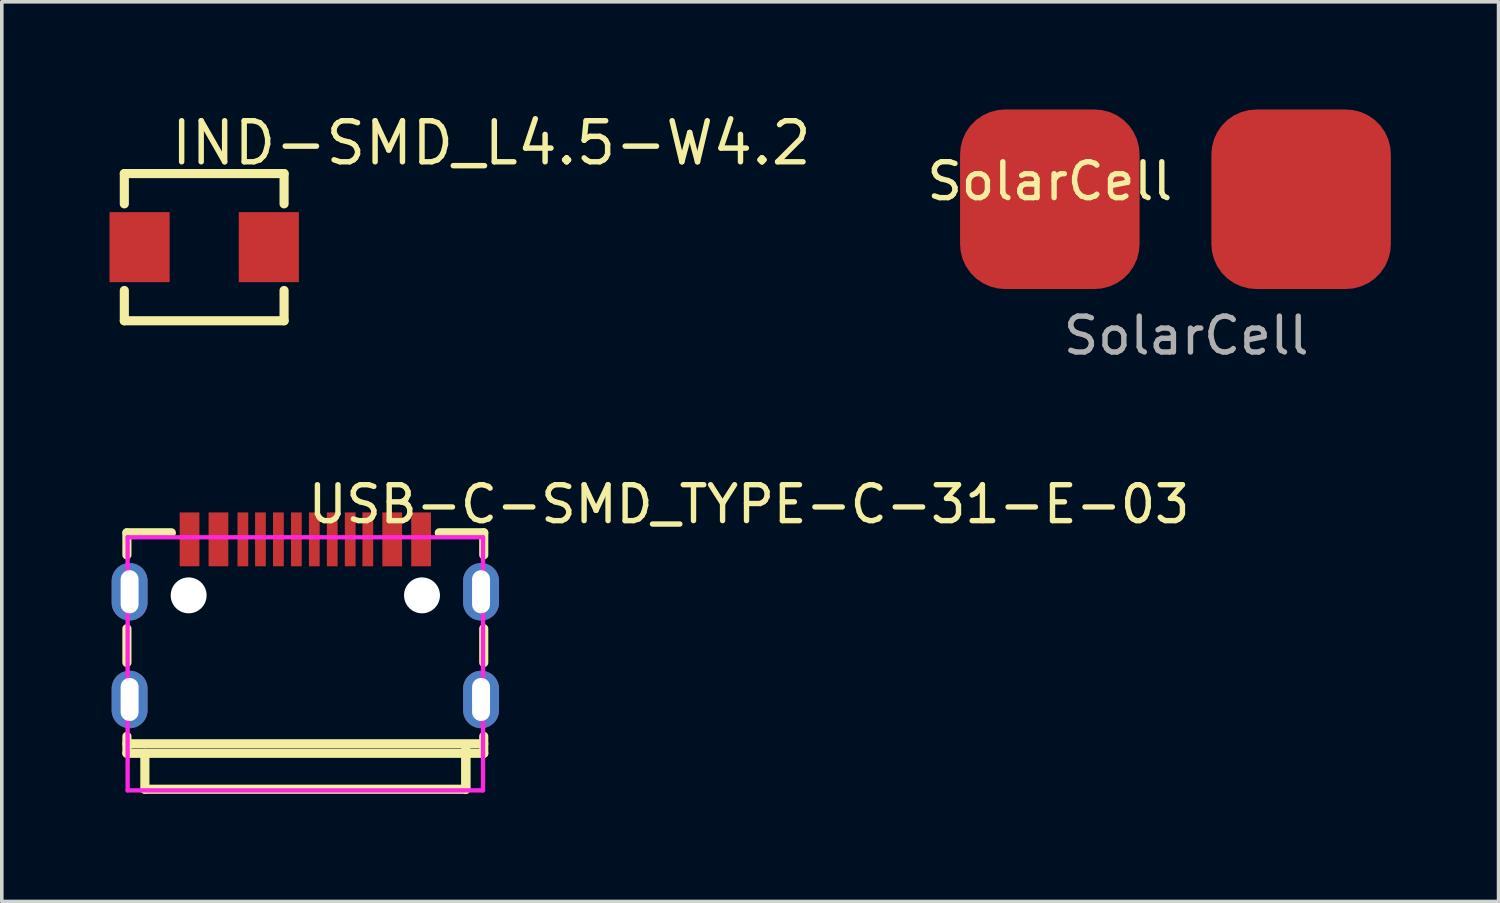
<source format=kicad_pcb>
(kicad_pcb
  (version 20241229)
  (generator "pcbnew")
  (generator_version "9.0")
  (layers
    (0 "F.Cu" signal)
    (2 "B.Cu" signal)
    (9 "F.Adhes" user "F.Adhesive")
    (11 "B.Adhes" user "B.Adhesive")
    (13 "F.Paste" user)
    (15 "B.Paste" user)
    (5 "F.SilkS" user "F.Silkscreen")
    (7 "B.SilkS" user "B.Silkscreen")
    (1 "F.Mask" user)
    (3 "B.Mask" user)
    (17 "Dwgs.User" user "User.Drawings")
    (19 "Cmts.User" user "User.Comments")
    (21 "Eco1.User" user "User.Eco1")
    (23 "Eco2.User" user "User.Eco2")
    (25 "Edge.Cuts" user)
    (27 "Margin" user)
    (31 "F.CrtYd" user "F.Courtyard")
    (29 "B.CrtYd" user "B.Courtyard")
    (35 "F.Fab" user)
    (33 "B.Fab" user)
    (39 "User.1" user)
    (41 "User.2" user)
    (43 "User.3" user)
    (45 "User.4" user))
  (footprint "USB-C-SMD_TYPE-C-31-E-03"
    (layer "F.Cu")
    (at 5.455 14.204)
    (property "Reference" "USB-C-SMD_TYPE-C-31-E-03" (at 0 -3.207 0) (layer "F.SilkS") (effects (font (size 1 1) (thickness 0.15)) (justify left)))
    (attr through_hole)
    (fp_line (start -4.97 -1.797) (end -4.97 -2.413) (stroke (width 0.254) (type solid)) (layer "F.SilkS"))
    (fp_line (start -4.97 1.203) (end -4.97 0.257) (stroke (width 0.254) (type solid)) (layer "F.SilkS"))
    (fp_line (start -4.97 3.73) (end -4.97 3.257) (stroke (width 0.254) (type solid)) (layer "F.SilkS"))
    (fp_line (start -4.97 3.73) (end 4.97 3.73) (stroke (width 0.254) (type solid)) (layer "F.SilkS"))
    (fp_line (start -4.47 4.73) (end -4.47 3.73) (stroke (width 0.254) (type solid)) (layer "F.SilkS"))
    (fp_line (start -3.731 -2.413) (end -4.97 -2.413) (stroke (width 0.254) (type solid)) (layer "F.SilkS"))
    (fp_line (start 4.47 4.73) (end -4.47 4.73) (stroke (width 0.254) (type solid)) (layer "F.SilkS"))
    (fp_line (start 4.47 4.73) (end 4.47 3.53) (stroke (width 0.254) (type solid)) (layer "F.SilkS"))
    (fp_line (start 4.47 4.73) (end 4.47 3.744) (stroke (width 0.254) (type solid)) (layer "F.SilkS"))
    (fp_line (start 4.97 -2.413) (end 3.731 -2.413) (stroke (width 0.254) (type solid)) (layer "F.SilkS"))
    (fp_line (start 4.97 -1.797) (end 4.97 -2.413) (stroke (width 0.254) (type solid)) (layer "F.SilkS"))
    (fp_line (start 4.97 1.203) (end 4.97 0.257) (stroke (width 0.254) (type solid)) (layer "F.SilkS"))
    (fp_line (start 4.97 3.464) (end -4.97 3.464) (stroke (width 0.254) (type solid)) (layer "F.SilkS"))
    (fp_line (start 4.97 3.73) (end 4.97 3.257) (stroke (width 0.254) (type solid)) (layer "F.SilkS"))
    (fp_poly (pts (xy -3.5 -2.98) (xy -2.95 -2.98) (xy -2.95 -1.48) (xy -3.5 -1.48)) (stroke (width 0.12) (type solid)) (fill yes) (layer "F.Paste"))
    (fp_poly (pts (xy -2.695 -2.98) (xy -2.145 -2.98) (xy -2.145 -1.48) (xy -2.695 -1.48)) (stroke (width 0.12) (type solid)) (fill yes) (layer "F.Paste"))
    (fp_poly (pts (xy -1.89 -2.98) (xy -1.59 -2.98) (xy -1.59 -1.48) (xy -1.89 -1.48)) (stroke (width 0.12) (type solid)) (fill yes) (layer "F.Paste"))
    (fp_poly (pts (xy -1.4 -2.98) (xy -1.1 -2.98) (xy -1.1 -1.48) (xy -1.4 -1.48)) (stroke (width 0.12) (type solid)) (fill yes) (layer "F.Paste"))
    (fp_poly (pts (xy -0.9 -2.98) (xy -0.6 -2.98) (xy -0.6 -1.48) (xy -0.9 -1.48)) (stroke (width 0.12) (type solid)) (fill yes) (layer "F.Paste"))
    (fp_poly (pts (xy -0.4 -2.98) (xy -0.1 -2.98) (xy -0.1 -1.48) (xy -0.4 -1.48)) (stroke (width 0.12) (type solid)) (fill yes) (layer "F.Paste"))
    (fp_poly (pts (xy 0.1 -2.98) (xy 0.4 -2.98) (xy 0.4 -1.48) (xy 0.1 -1.48)) (stroke (width 0.12) (type solid)) (fill yes) (layer "F.Paste"))
    (fp_poly (pts (xy 0.6 -2.98) (xy 0.9 -2.98) (xy 0.9 -1.48) (xy 0.6 -1.48)) (stroke (width 0.12) (type solid)) (fill yes) (layer "F.Paste"))
    (fp_poly (pts (xy 1.1 -2.98) (xy 1.4 -2.98) (xy 1.4 -1.48) (xy 1.1 -1.48)) (stroke (width 0.12) (type solid)) (fill yes) (layer "F.Paste"))
    (fp_poly (pts (xy 1.59 -2.98) (xy 1.89 -2.98) (xy 1.89 -1.48) (xy 1.59 -1.48)) (stroke (width 0.12) (type solid)) (fill yes) (layer "F.Paste"))
    (fp_poly (pts (xy 2.145 -2.98) (xy 2.695 -2.98) (xy 2.695 -1.48) (xy 2.145 -1.48)) (stroke (width 0.12) (type solid)) (fill yes) (layer "F.Paste"))
    (fp_poly (pts (xy 2.95 -2.98) (xy 3.5 -2.98) (xy 3.5 -1.48) (xy 2.95 -1.48)) (stroke (width 0.12) (type solid)) (fill yes) (layer "F.Paste"))
    (fp_poly (pts (xy -5.395 -1.07) (xy -5.385 -1.168) (xy -5.357 -1.261) (xy -5.311 -1.348) (xy -5.249 -1.424) (xy -5.173 -1.486) (xy -5.086 -1.532) (xy -4.993 -1.56) (xy -4.895 -1.57) (xy -4.797 -1.56) (xy -4.704 -1.532) (xy -4.617 -1.486) (xy -4.541 -1.424) (xy -4.479 -1.348) (xy -4.433 -1.261) (xy -4.405 -1.168) (xy -4.395 -1.07) (xy -4.395 -0.47) (xy -4.405 -0.372) (xy -4.433 -0.279) (xy -4.479 -0.192) (xy -4.541 -0.116) (xy -4.617 -0.054) (xy -4.704 -0.008) (xy -4.797 0.02) (xy -4.895 0.03) (xy -4.993 0.02) (xy -5.086 -0.008) (xy -5.173 -0.054) (xy -5.249 -0.116) (xy -5.311 -0.192) (xy -5.357 -0.279) (xy -5.385 -0.372) (xy -5.395 -0.47)) (stroke (width 0.12) (type solid)) (fill yes) (layer "F.Paste"))
    (fp_poly (pts (xy -5.395 1.93) (xy -5.385 1.832) (xy -5.357 1.739) (xy -5.311 1.652) (xy -5.249 1.576) (xy -5.173 1.514) (xy -5.086 1.468) (xy -4.993 1.44) (xy -4.895 1.43) (xy -4.797 1.44) (xy -4.704 1.468) (xy -4.617 1.514) (xy -4.541 1.576) (xy -4.479 1.652) (xy -4.433 1.739) (xy -4.405 1.832) (xy -4.395 1.93) (xy -4.395 2.53) (xy -4.405 2.628) (xy -4.433 2.721) (xy -4.479 2.808) (xy -4.541 2.884) (xy -4.617 2.946) (xy -4.704 2.992) (xy -4.797 3.02) (xy -4.895 3.03) (xy -4.993 3.02) (xy -5.086 2.992) (xy -5.173 2.946) (xy -5.249 2.884) (xy -5.311 2.808) (xy -5.357 2.721) (xy -5.385 2.628) (xy -5.395 2.53)) (stroke (width 0.12) (type solid)) (fill yes) (layer "F.Paste"))
    (fp_poly (pts (xy 4.395 -1.07) (xy 4.405 -1.168) (xy 4.433 -1.261) (xy 4.479 -1.348) (xy 4.541 -1.424) (xy 4.617 -1.486) (xy 4.704 -1.532) (xy 4.797 -1.56) (xy 4.895 -1.57) (xy 4.993 -1.56) (xy 5.086 -1.532) (xy 5.173 -1.486) (xy 5.249 -1.424) (xy 5.311 -1.348) (xy 5.357 -1.261) (xy 5.385 -1.168) (xy 5.395 -1.07) (xy 5.395 -0.47) (xy 5.385 -0.372) (xy 5.357 -0.279) (xy 5.311 -0.192) (xy 5.249 -0.116) (xy 5.173 -0.054) (xy 5.086 -0.008) (xy 4.993 0.02) (xy 4.895 0.03) (xy 4.797 0.02) (xy 4.704 -0.008) (xy 4.617 -0.054) (xy 4.541 -0.116) (xy 4.479 -0.192) (xy 4.433 -0.279) (xy 4.405 -0.372) (xy 4.395 -0.47)) (stroke (width 0.12) (type solid)) (fill yes) (layer "F.Paste"))
    (fp_poly (pts (xy 4.395 1.93) (xy 4.405 1.832) (xy 4.433 1.739) (xy 4.479 1.652) (xy 4.541 1.576) (xy 4.617 1.514) (xy 4.704 1.468) (xy 4.797 1.44) (xy 4.895 1.43) (xy 4.993 1.44) (xy 5.086 1.468) (xy 5.173 1.514) (xy 5.249 1.576) (xy 5.311 1.652) (xy 5.357 1.739) (xy 5.385 1.832) (xy 5.395 1.93) (xy 5.395 2.53) (xy 5.385 2.628) (xy 5.357 2.721) (xy 5.311 2.808) (xy 5.249 2.884) (xy 5.173 2.946) (xy 5.086 2.992) (xy 4.993 3.02) (xy 4.895 3.03) (xy 4.797 3.02) (xy 4.704 2.992) (xy 4.617 2.946) (xy 4.541 2.884) (xy 4.479 2.808) (xy 4.433 2.721) (xy 4.405 2.628) (xy 4.395 2.53)) (stroke (width 0.12) (type solid)) (fill yes) (layer "F.Paste"))
    (fp_circle (center -5.095 -2.651) (end -5.065 -2.651) (stroke (width 0.06) (type solid)) (fill no) (layer "Eco2.User"))
    (fp_circle (center -3.25 -0.67) (end -3.05 -0.67) (stroke (width 0.4) (type solid)) (fill no) (layer "Eco2.User"))
    (fp_circle (center 3.25 -0.67) (end 3.45 -0.67) (stroke (width 0.4) (type solid)) (fill no) (layer "Eco2.User"))
    (fp_poly (pts (xy -5.095 -0.42) (xy -5.095 -1.12) (xy -4.695 -1.12) (xy -4.695 -0.42)) (stroke (width 0.12) (type solid)) (fill no) (layer "Eco2.User"))
    (fp_poly (pts (xy -5.095 2.58) (xy -5.095 1.88) (xy -4.695 1.88) (xy -4.695 2.58)) (stroke (width 0.12) (type solid)) (fill no) (layer "Eco2.User"))
    (fp_poly (pts (xy -3.425 -2.651) (xy -3.025 -2.651) (xy -3.025 -1.651) (xy -3.425 -1.651)) (stroke (width 0.12) (type solid)) (fill no) (layer "Eco2.User"))
    (fp_poly (pts (xy -2.62 -2.651) (xy -2.22 -2.651) (xy -2.22 -1.651) (xy -2.62 -1.651)) (stroke (width 0.12) (type solid)) (fill no) (layer "Eco2.User"))
    (fp_poly (pts (xy -1.84 -2.651) (xy -1.64 -2.651) (xy -1.64 -1.651) (xy -1.84 -1.651)) (stroke (width 0.12) (type solid)) (fill no) (layer "Eco2.User"))
    (fp_poly (pts (xy -1.35 -2.651) (xy -1.15 -2.651) (xy -1.15 -1.651) (xy -1.35 -1.651)) (stroke (width 0.12) (type solid)) (fill no) (layer "Eco2.User"))
    (fp_poly (pts (xy -0.85 -2.651) (xy -0.65 -2.651) (xy -0.65 -1.651) (xy -0.85 -1.651)) (stroke (width 0.12) (type solid)) (fill no) (layer "Eco2.User"))
    (fp_poly (pts (xy -0.35 -2.651) (xy -0.15 -2.651) (xy -0.15 -1.651) (xy -0.35 -1.651)) (stroke (width 0.12) (type solid)) (fill no) (layer "Eco2.User"))
    (fp_poly (pts (xy 0.15 -2.651) (xy 0.35 -2.651) (xy 0.35 -1.651) (xy 0.15 -1.651)) (stroke (width 0.12) (type solid)) (fill no) (layer "Eco2.User"))
    (fp_poly (pts (xy 0.65 -2.651) (xy 0.85 -2.651) (xy 0.85 -1.651) (xy 0.65 -1.651)) (stroke (width 0.12) (type solid)) (fill no) (layer "Eco2.User"))
    (fp_poly (pts (xy 1.15 -2.651) (xy 1.35 -2.651) (xy 1.35 -1.651) (xy 1.15 -1.651)) (stroke (width 0.12) (type solid)) (fill no) (layer "Eco2.User"))
    (fp_poly (pts (xy 1.64 -2.651) (xy 1.84 -2.651) (xy 1.84 -1.651) (xy 1.64 -1.651)) (stroke (width 0.12) (type solid)) (fill no) (layer "Eco2.User"))
    (fp_poly (pts (xy 2.22 -2.651) (xy 2.62 -2.651) (xy 2.62 -1.651) (xy 2.22 -1.651)) (stroke (width 0.12) (type solid)) (fill no) (layer "Eco2.User"))
    (fp_poly (pts (xy 3.025 -2.651) (xy 3.425 -2.651) (xy 3.425 -1.651) (xy 3.025 -1.651)) (stroke (width 0.12) (type solid)) (fill no) (layer "Eco2.User"))
    (fp_poly (pts (xy 4.695 -0.42) (xy 4.695 -1.12) (xy 5.095 -1.12) (xy 5.095 -0.42)) (stroke (width 0.12) (type solid)) (fill no) (layer "Eco2.User"))
    (fp_poly (pts (xy 4.695 2.58) (xy 4.695 1.88) (xy 5.095 1.88) (xy 5.095 2.58)) (stroke (width 0.12) (type solid)) (fill no) (layer "Eco2.User"))
    (fp_line (start -4.95 -2.288) (end 4.95 -2.288) (stroke (width 0.12) (type solid)) (layer "F.CrtYd"))
    (fp_line (start -4.95 4.762) (end -4.95 -2.288) (stroke (width 0.12) (type solid)) (layer "F.CrtYd"))
    (fp_line (start 4.95 -2.288) (end 4.95 4.762) (stroke (width 0.12) (type solid)) (layer "F.CrtYd"))
    (fp_line (start 4.95 4.762) (end -4.95 4.762) (stroke (width 0.12) (type solid)) (layer "F.CrtYd"))
    (pad "" np_thru_hole circle (at -3.25 -0.67) (size 1 1) (drill 1) (layers "*.Cu" "*.Mask"))
    (pad "" np_thru_hole circle (at 3.25 -0.67) (size 1 1) (drill 1) (layers "*.Cu" "*.Mask"))
    (pad "0" thru_hole oval (at -4.895 -0.77) (size 1 1.6) (drill oval 0.5 1.2) (layers "*.Cu" "*.Mask"))
    (pad "0" thru_hole oval (at -4.895 2.23) (size 1 1.6) (drill oval 0.5 1.2) (layers "*.Cu" "*.Mask"))
    (pad "0" thru_hole oval (at 4.895 -0.77) (size 1 1.6) (drill oval 0.5 1.2) (layers "*.Cu" "*.Mask"))
    (pad "0" thru_hole oval (at 4.895 2.23) (size 1 1.6) (drill oval 0.5 1.2) (layers "*.Cu" "*.Mask"))
    (pad "A1B12" smd rect (at -3.225 -2.23) (size 0.55 1.5) (layers "F.Cu" "F.Mask" "F.Paste"))
    (pad "A4B9" smd rect (at -2.42 -2.23) (size 0.55 1.5) (layers "F.Cu" "F.Mask" "F.Paste"))
    (pad "A5" smd rect (at -1.25 -2.23) (size 0.3 1.5) (layers "F.Cu" "F.Mask" "F.Paste"))
    (pad "A6" smd rect (at -0.25 -2.23) (size 0.3 1.5) (layers "F.Cu" "F.Mask" "F.Paste"))
    (pad "A7" smd rect (at 0.25 -2.23) (size 0.3 1.5) (layers "F.Cu" "F.Mask" "F.Paste"))
    (pad "A8" smd rect (at 1.25 -2.23) (size 0.3 1.5) (layers "F.Cu" "F.Mask" "F.Paste"))
    (pad "B1A12" smd rect (at 3.225 -2.23) (size 0.55 1.5) (layers "F.Cu" "F.Mask" "F.Paste"))
    (pad "B4A9" smd rect (at 2.42 -2.23) (size 0.55 1.5) (layers "F.Cu" "F.Mask" "F.Paste"))
    (pad "B5" smd rect (at 1.74 -2.23) (size 0.3 1.5) (layers "F.Cu" "F.Mask" "F.Paste"))
    (pad "B6" smd rect (at 0.75 -2.23) (size 0.3 1.5) (layers "F.Cu" "F.Mask" "F.Paste"))
    (pad "B7" smd rect (at -0.75 -2.23) (size 0.3 1.5) (layers "F.Cu" "F.Mask" "F.Paste"))
    (pad "B8" smd rect (at -1.74 -2.23) (size 0.3 1.5) (layers "F.Cu" "F.Mask" "F.Paste")))
  (footprint "SolarCell"
    (layer "F.Cu")
    (at 26.193 2.5)
    (property "Reference" "SolarCell" (at 0 -0.5 0) (unlocked yes) (layer "F.SilkS") (effects (font (size 1 1) (thickness 0.15))))
    (attr smd)
    (fp_text user "${REFERENCE}" (at 3.8 3.8 0) (unlocked yes) (layer "F.Fab") (effects (font (size 1 1) (thickness 0.15))))
    (pad "1" smd roundrect (at 0 0) (size 5 5) (layers "F.Cu" "F.Mask" "F.Paste") (roundrect_rratio 0.25))
    (pad "2" smd roundrect (at 7 0) (size 5 5) (layers "F.Cu" "F.Mask" "F.Paste") (roundrect_rratio 0.25)))
  (footprint "IND-SMD_L4.5-W4.2"
    (layer "F.Cu")
    (at 2.638 3.835)
    (property "Reference" "IND-SMD_L4.5-W4.2" (at -1 -2.9 0) (layer "F.SilkS") (effects (font (size 1.143 1.143) (thickness 0.152)) (justify left)))
    (attr smd)
    (fp_line (start -2.225 -2.05) (end 2.225 -2.05) (stroke (width 0.254) (type solid)) (layer "F.SilkS"))
    (fp_line (start -2.225 -1.206) (end -2.225 -2.05) (stroke (width 0.254) (type solid)) (layer "F.SilkS"))
    (fp_line (start -2.225 2.05) (end -2.225 1.206) (stroke (width 0.254) (type solid)) (layer "F.SilkS"))
    (fp_line (start 2.225 -2.05) (end 2.225 -1.206) (stroke (width 0.254) (type solid)) (layer "F.SilkS"))
    (fp_line (start 2.225 1.206) (end 2.225 2.05) (stroke (width 0.254) (type solid)) (layer "F.SilkS"))
    (fp_line (start 2.225 2.05) (end -2.225 2.05) (stroke (width 0.254) (type solid)) (layer "F.SilkS"))
    (pad "1" smd rect (at -1.8 0) (size 1.675 1.95) (layers "F.Cu" "F.Mask" "F.Paste"))
    (pad "2" smd rect (at 1.8 0) (size 1.675 1.95) (layers "F.Cu" "F.Mask" "F.Paste")))
  (gr_rect
    (start -3 -3)
    (end 38.693 22.061)
    (stroke (width 0.1) (type default))
    (fill no)
    (layer "Edge.Cuts")))
</source>
